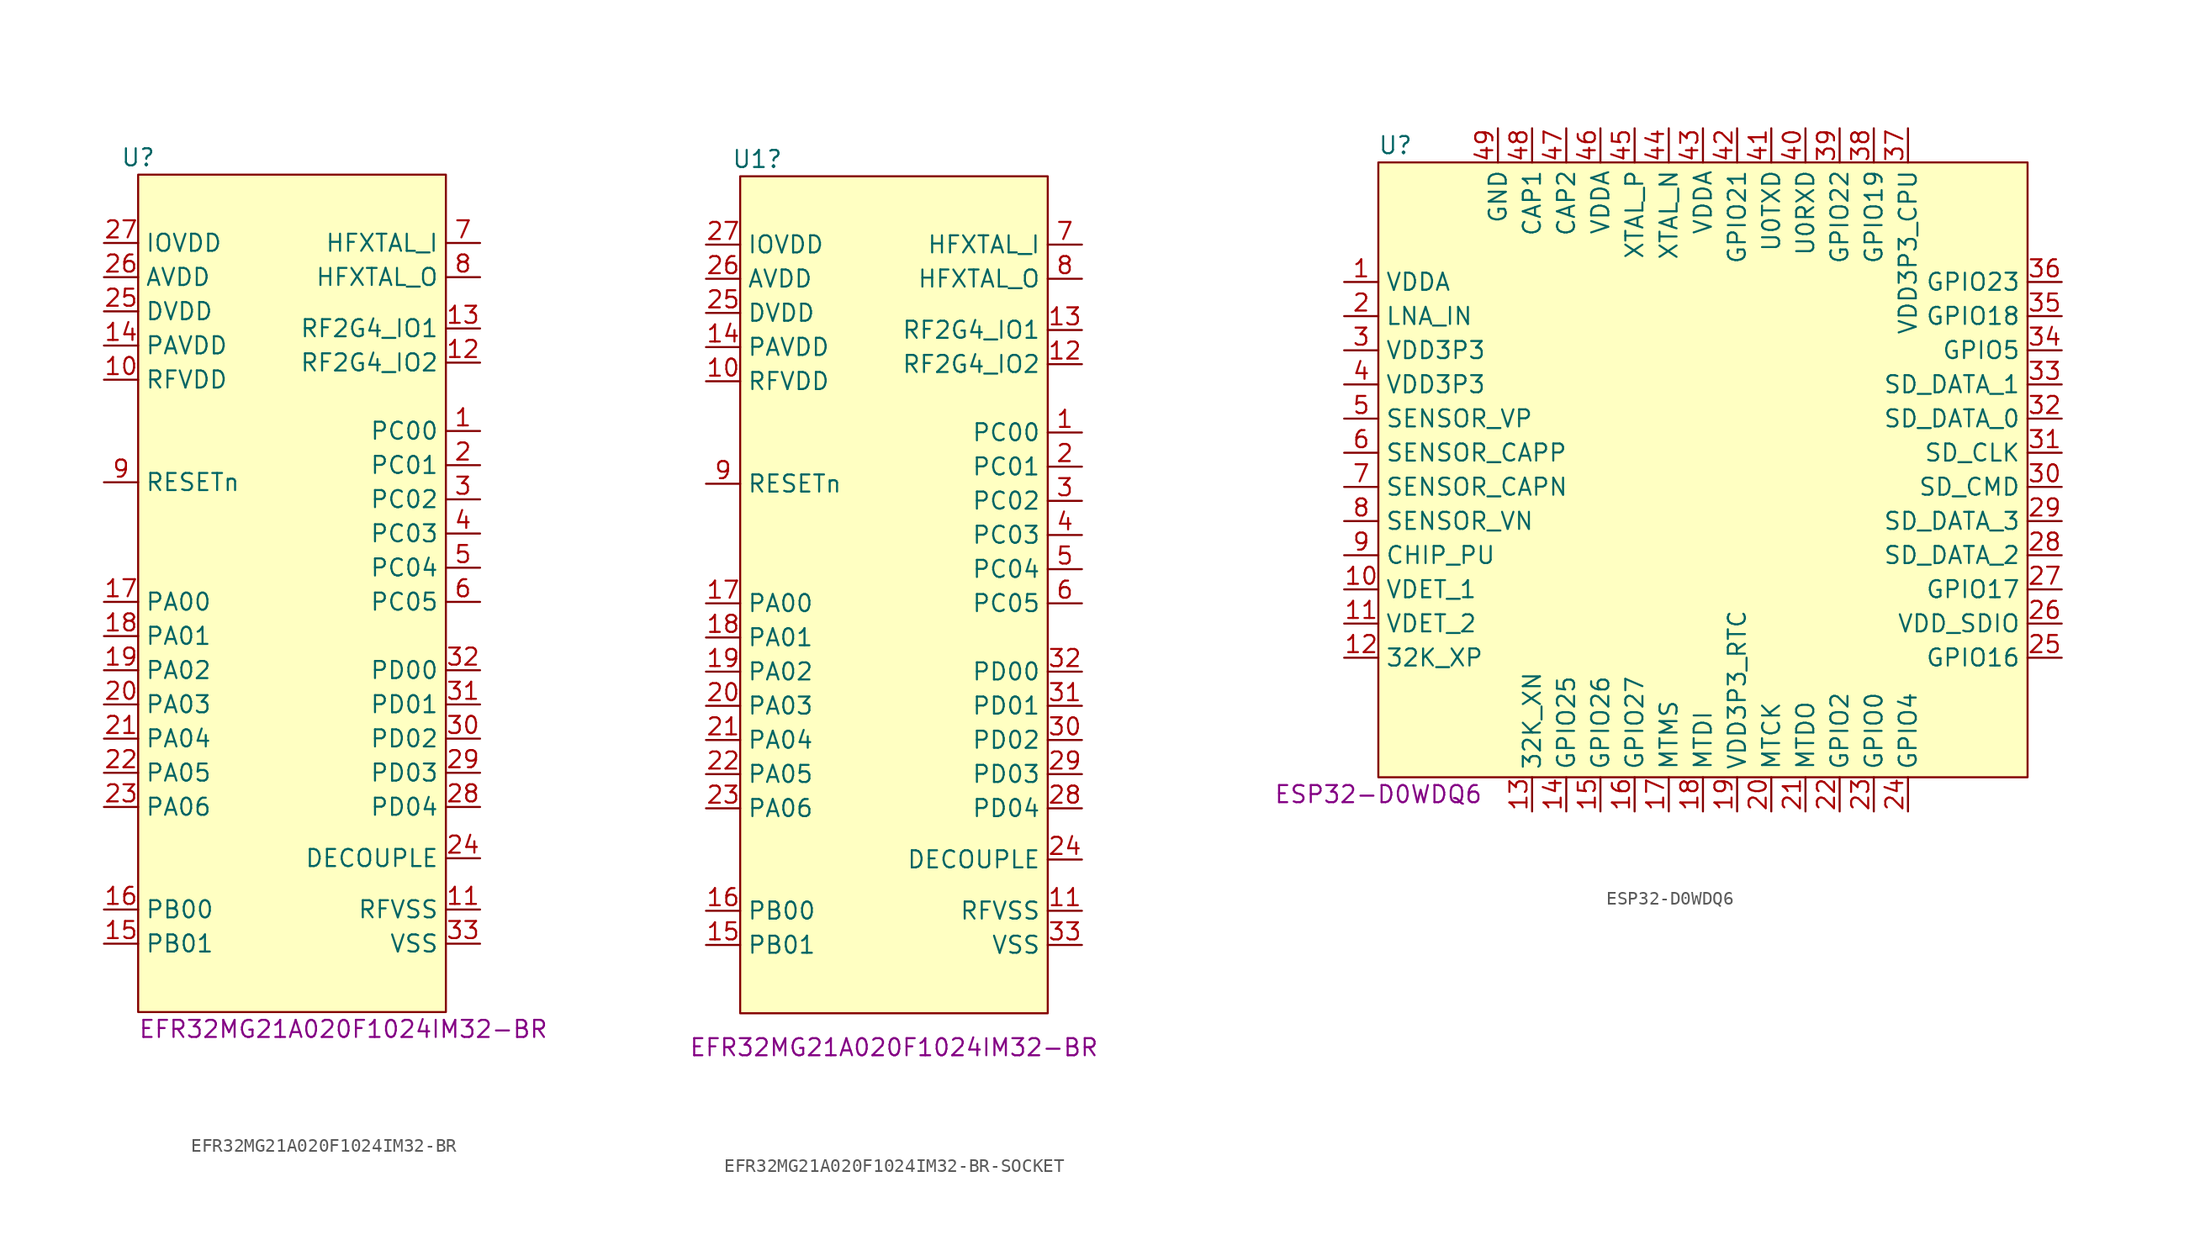
<source format=kicad_sym>
(kicad_symbol_lib
  (version 20231120)
  (generator "kicad_symbol_editor")
  (generator_version "8.0")
  (symbol "EFR32MG21A020F1024IM32-BR"
    (property "Reference" "U"
      (at -11.43 6.35 0)
      (effects (font (size 1.27 1.27))))
    (property "Display Value" "EFR32MG21A020F1024IM32-BR"
      (at 3.81 -58.42 0)
      (effects (font (size 1.27 1.27))))
    (symbol "EFR32MG21A020F1024IM32-BR_1_1"
      (rectangle (start -11.43 5.08) (end 11.43 -57.15) (stroke (width 0) (type default)) (fill (type background)))
      (pin unspecified line (at 13.97 -13.97 180) (length 2.54) (name "PC00" (effects (font (size 1.27 1.27)))) (number "1" (effects (font (size 1.27 1.27)))))
      (pin unspecified line (at -13.97 -10.16 0) (length 2.54) (name "RFVDD" (effects (font (size 1.27 1.27)))) (number "10" (effects (font (size 1.27 1.27)))))
      (pin unspecified line (at 13.97 -49.53 180) (length 2.54) (name "RFVSS" (effects (font (size 1.27 1.27)))) (number "11" (effects (font (size 1.27 1.27)))))
      (pin unspecified line (at 13.97 -8.89 180) (length 2.54) (name "RF2G4_IO2" (effects (font (size 1.27 1.27)))) (number "12" (effects (font (size 1.27 1.27)))))
      (pin unspecified line (at 13.97 -6.35 180) (length 2.54) (name "RF2G4_IO1" (effects (font (size 1.27 1.27)))) (number "13" (effects (font (size 1.27 1.27)))))
      (pin unspecified line (at -13.97 -7.62 0) (length 2.54) (name "PAVDD" (effects (font (size 1.27 1.27)))) (number "14" (effects (font (size 1.27 1.27)))))
      (pin unspecified line (at -13.97 -52.07 0) (length 2.54) (name "PB01" (effects (font (size 1.27 1.27)))) (number "15" (effects (font (size 1.27 1.27)))))
      (pin unspecified line (at -13.97 -49.53 0) (length 2.54) (name "PB00" (effects (font (size 1.27 1.27)))) (number "16" (effects (font (size 1.27 1.27)))))
      (pin unspecified line (at -13.97 -26.67 0) (length 2.54) (name "PA00" (effects (font (size 1.27 1.27)))) (number "17" (effects (font (size 1.27 1.27)))))
      (pin unspecified line (at -13.97 -29.21 0) (length 2.54) (name "PA01" (effects (font (size 1.27 1.27)))) (number "18" (effects (font (size 1.27 1.27)))))
      (pin unspecified line (at -13.97 -31.75 0) (length 2.54) (name "PA02" (effects (font (size 1.27 1.27)))) (number "19" (effects (font (size 1.27 1.27)))))
      (pin unspecified line (at 13.97 -16.51 180) (length 2.54) (name "PC01" (effects (font (size 1.27 1.27)))) (number "2" (effects (font (size 1.27 1.27)))))
      (pin unspecified line (at -13.97 -34.29 0) (length 2.54) (name "PA03" (effects (font (size 1.27 1.27)))) (number "20" (effects (font (size 1.27 1.27)))))
      (pin unspecified line (at -13.97 -36.83 0) (length 2.54) (name "PA04" (effects (font (size 1.27 1.27)))) (number "21" (effects (font (size 1.27 1.27)))))
      (pin unspecified line (at -13.97 -39.37 0) (length 2.54) (name "PA05" (effects (font (size 1.27 1.27)))) (number "22" (effects (font (size 1.27 1.27)))))
      (pin unspecified line (at -13.97 -41.91 0) (length 2.54) (name "PA06" (effects (font (size 1.27 1.27)))) (number "23" (effects (font (size 1.27 1.27)))))
      (pin unspecified line (at 13.97 -45.72 180) (length 2.54) (name "DECOUPLE" (effects (font (size 1.27 1.27)))) (number "24" (effects (font (size 1.27 1.27)))))
      (pin unspecified line (at -13.97 -5.08 0) (length 2.54) (name "DVDD" (effects (font (size 1.27 1.27)))) (number "25" (effects (font (size 1.27 1.27)))))
      (pin unspecified line (at -13.97 -2.54 0) (length 2.54) (name "AVDD" (effects (font (size 1.27 1.27)))) (number "26" (effects (font (size 1.27 1.27)))))
      (pin unspecified line (at -13.97 0 0) (length 2.54) (name "IOVDD" (effects (font (size 1.27 1.27)))) (number "27" (effects (font (size 1.27 1.27)))))
      (pin unspecified line (at 13.97 -41.91 180) (length 2.54) (name "PD04" (effects (font (size 1.27 1.27)))) (number "28" (effects (font (size 1.27 1.27)))))
      (pin unspecified line (at 13.97 -39.37 180) (length 2.54) (name "PD03" (effects (font (size 1.27 1.27)))) (number "29" (effects (font (size 1.27 1.27)))))
      (pin unspecified line (at 13.97 -19.05 180) (length 2.54) (name "PC02" (effects (font (size 1.27 1.27)))) (number "3" (effects (font (size 1.27 1.27)))))
      (pin unspecified line (at 13.97 -36.83 180) (length 2.54) (name "PD02" (effects (font (size 1.27 1.27)))) (number "30" (effects (font (size 1.27 1.27)))))
      (pin unspecified line (at 13.97 -34.29 180) (length 2.54) (name "PD01" (effects (font (size 1.27 1.27)))) (number "31" (effects (font (size 1.27 1.27)))))
      (pin unspecified line (at 13.97 -31.75 180) (length 2.54) (name "PD00" (effects (font (size 1.27 1.27)))) (number "32" (effects (font (size 1.27 1.27)))))
      (pin unspecified line (at 13.97 -52.07 180) (length 2.54) (name "VSS" (effects (font (size 1.27 1.27)))) (number "33" (effects (font (size 1.27 1.27)))))
      (pin unspecified line (at 13.97 -21.59 180) (length 2.54) (name "PC03" (effects (font (size 1.27 1.27)))) (number "4" (effects (font (size 1.27 1.27)))))
      (pin unspecified line (at 13.97 -24.13 180) (length 2.54) (name "PC04" (effects (font (size 1.27 1.27)))) (number "5" (effects (font (size 1.27 1.27)))))
      (pin unspecified line (at 13.97 -26.67 180) (length 2.54) (name "PC05" (effects (font (size 1.27 1.27)))) (number "6" (effects (font (size 1.27 1.27)))))
      (pin unspecified line (at 13.97 0 180) (length 2.54) (name "HFXTAL_I" (effects (font (size 1.27 1.27)))) (number "7" (effects (font (size 1.27 1.27)))))
      (pin unspecified line (at 13.97 -2.54 180) (length 2.54) (name "HFXTAL_O" (effects (font (size 1.27 1.27)))) (number "8" (effects (font (size 1.27 1.27)))))
      (pin unspecified line (at -13.97 -17.78 0) (length 2.54) (name "RESETn" (effects (font (size 1.27 1.27)))) (number "9" (effects (font (size 1.27 1.27)))))))
  (symbol "EFR32MG21A020F1024IM32-BR-SOCKET"
    (property "Reference" "U1"
      (at -10.16 5.08 0)
      (effects (font (size 1.27 1.27))))
    (property "Display Value" "EFR32MG21A020F1024IM32-BR"
      (at 0 -60.96 0)
      (effects (font (size 1.27 1.27))))
    (symbol "EFR32MG21A020F1024IM32-BR-SOCKET_1_1"
      (rectangle (start -11.43 3.81) (end 11.43 -58.42) (stroke (width 0) (type default)) (fill (type background)))
      (pin unspecified line (at 13.97 -15.24 180) (length 2.54) (name "PC00" (effects (font (size 1.27 1.27)))) (number "1" (effects (font (size 1.27 1.27)))))
      (pin unspecified line (at -13.97 -11.43 0) (length 2.54) (name "RFVDD" (effects (font (size 1.27 1.27)))) (number "10" (effects (font (size 1.27 1.27)))))
      (pin unspecified line (at 13.97 -50.8 180) (length 2.54) (name "RFVSS" (effects (font (size 1.27 1.27)))) (number "11" (effects (font (size 1.27 1.27)))))
      (pin unspecified line (at 13.97 -10.16 180) (length 2.54) (name "RF2G4_IO2" (effects (font (size 1.27 1.27)))) (number "12" (effects (font (size 1.27 1.27)))))
      (pin unspecified line (at 13.97 -7.62 180) (length 2.54) (name "RF2G4_IO1" (effects (font (size 1.27 1.27)))) (number "13" (effects (font (size 1.27 1.27)))))
      (pin unspecified line (at -13.97 -8.89 0) (length 2.54) (name "PAVDD" (effects (font (size 1.27 1.27)))) (number "14" (effects (font (size 1.27 1.27)))))
      (pin unspecified line (at -13.97 -53.34 0) (length 2.54) (name "PB01" (effects (font (size 1.27 1.27)))) (number "15" (effects (font (size 1.27 1.27)))))
      (pin unspecified line (at -13.97 -50.8 0) (length 2.54) (name "PB00" (effects (font (size 1.27 1.27)))) (number "16" (effects (font (size 1.27 1.27)))))
      (pin unspecified line (at -13.97 -27.94 0) (length 2.54) (name "PA00" (effects (font (size 1.27 1.27)))) (number "17" (effects (font (size 1.27 1.27)))))
      (pin unspecified line (at -13.97 -30.48 0) (length 2.54) (name "PA01" (effects (font (size 1.27 1.27)))) (number "18" (effects (font (size 1.27 1.27)))))
      (pin unspecified line (at -13.97 -33.02 0) (length 2.54) (name "PA02" (effects (font (size 1.27 1.27)))) (number "19" (effects (font (size 1.27 1.27)))))
      (pin unspecified line (at 13.97 -17.78 180) (length 2.54) (name "PC01" (effects (font (size 1.27 1.27)))) (number "2" (effects (font (size 1.27 1.27)))))
      (pin unspecified line (at -13.97 -35.56 0) (length 2.54) (name "PA03" (effects (font (size 1.27 1.27)))) (number "20" (effects (font (size 1.27 1.27)))))
      (pin unspecified line (at -13.97 -38.1 0) (length 2.54) (name "PA04" (effects (font (size 1.27 1.27)))) (number "21" (effects (font (size 1.27 1.27)))))
      (pin unspecified line (at -13.97 -40.64 0) (length 2.54) (name "PA05" (effects (font (size 1.27 1.27)))) (number "22" (effects (font (size 1.27 1.27)))))
      (pin unspecified line (at -13.97 -43.18 0) (length 2.54) (name "PA06" (effects (font (size 1.27 1.27)))) (number "23" (effects (font (size 1.27 1.27)))))
      (pin unspecified line (at 13.97 -46.99 180) (length 2.54) (name "DECOUPLE" (effects (font (size 1.27 1.27)))) (number "24" (effects (font (size 1.27 1.27)))))
      (pin unspecified line (at -13.97 -6.35 0) (length 2.54) (name "DVDD" (effects (font (size 1.27 1.27)))) (number "25" (effects (font (size 1.27 1.27)))))
      (pin unspecified line (at -13.97 -3.81 0) (length 2.54) (name "AVDD" (effects (font (size 1.27 1.27)))) (number "26" (effects (font (size 1.27 1.27)))))
      (pin unspecified line (at -13.97 -1.27 0) (length 2.54) (name "IOVDD" (effects (font (size 1.27 1.27)))) (number "27" (effects (font (size 1.27 1.27)))))
      (pin unspecified line (at 13.97 -43.18 180) (length 2.54) (name "PD04" (effects (font (size 1.27 1.27)))) (number "28" (effects (font (size 1.27 1.27)))))
      (pin unspecified line (at 13.97 -40.64 180) (length 2.54) (name "PD03" (effects (font (size 1.27 1.27)))) (number "29" (effects (font (size 1.27 1.27)))))
      (pin unspecified line (at 13.97 -20.32 180) (length 2.54) (name "PC02" (effects (font (size 1.27 1.27)))) (number "3" (effects (font (size 1.27 1.27)))))
      (pin unspecified line (at 13.97 -38.1 180) (length 2.54) (name "PD02" (effects (font (size 1.27 1.27)))) (number "30" (effects (font (size 1.27 1.27)))))
      (pin unspecified line (at 13.97 -35.56 180) (length 2.54) (name "PD01" (effects (font (size 1.27 1.27)))) (number "31" (effects (font (size 1.27 1.27)))))
      (pin unspecified line (at 13.97 -33.02 180) (length 2.54) (name "PD00" (effects (font (size 1.27 1.27)))) (number "32" (effects (font (size 1.27 1.27)))))
      (pin unspecified line (at 13.97 -53.34 180) (length 2.54) (name "VSS" (effects (font (size 1.27 1.27)))) (number "33" (effects (font (size 1.27 1.27)))))
      (pin unspecified line (at 13.97 -22.86 180) (length 2.54) (name "PC03" (effects (font (size 1.27 1.27)))) (number "4" (effects (font (size 1.27 1.27)))))
      (pin unspecified line (at 13.97 -25.4 180) (length 2.54) (name "PC04" (effects (font (size 1.27 1.27)))) (number "5" (effects (font (size 1.27 1.27)))))
      (pin unspecified line (at 13.97 -27.94 180) (length 2.54) (name "PC05" (effects (font (size 1.27 1.27)))) (number "6" (effects (font (size 1.27 1.27)))))
      (pin unspecified line (at 13.97 -1.27 180) (length 2.54) (name "HFXTAL_I" (effects (font (size 1.27 1.27)))) (number "7" (effects (font (size 1.27 1.27)))))
      (pin unspecified line (at 13.97 -3.81 180) (length 2.54) (name "HFXTAL_O" (effects (font (size 1.27 1.27)))) (number "8" (effects (font (size 1.27 1.27)))))
      (pin unspecified line (at -13.97 -19.05 0) (length 2.54) (name "RESETn" (effects (font (size 1.27 1.27)))) (number "9" (effects (font (size 1.27 1.27)))))))
  (symbol "ESP32-D0WDQ6"
    (property "Reference" "U"
      (at -24.13 24.13 0)
      (effects (font (size 1.27 1.27))))
    (property "Display Value" "ESP32-D0WDQ6"
      (at -25.4 -24.13 0)
      (effects (font (size 1.27 1.27))))
    (symbol "ESP32-D0WDQ6_1_1"
      (rectangle (start -25.4 22.86) (end 22.86 -22.86) (stroke (width 0) (type default)) (fill (type background)))
      (pin unspecified line (at -27.94 13.97 0) (length 2.54) (name "VDDA" (effects (font (size 1.27 1.27)))) (number "1" (effects (font (size 1.27 1.27)))))
      (pin unspecified line (at -27.94 -8.89 0) (length 2.54) (name "VDET_1" (effects (font (size 1.27 1.27)))) (number "10" (effects (font (size 1.27 1.27)))))
      (pin unspecified line (at -27.94 -11.43 0) (length 2.54) (name "VDET_2" (effects (font (size 1.27 1.27)))) (number "11" (effects (font (size 1.27 1.27)))))
      (pin unspecified line (at -27.94 -13.97 0) (length 2.54) (name "32K_XP" (effects (font (size 1.27 1.27)))) (number "12" (effects (font (size 1.27 1.27)))))
      (pin unspecified line (at -13.97 -25.4 90) (length 2.54) (name "32K_XN" (effects (font (size 1.27 1.27)))) (number "13" (effects (font (size 1.27 1.27)))))
      (pin unspecified line (at -11.43 -25.4 90) (length 2.54) (name "GPIO25" (effects (font (size 1.27 1.27)))) (number "14" (effects (font (size 1.27 1.27)))))
      (pin unspecified line (at -8.89 -25.4 90) (length 2.54) (name "GPIO26" (effects (font (size 1.27 1.27)))) (number "15" (effects (font (size 1.27 1.27)))))
      (pin unspecified line (at -6.35 -25.4 90) (length 2.54) (name "GPIO27" (effects (font (size 1.27 1.27)))) (number "16" (effects (font (size 1.27 1.27)))))
      (pin unspecified line (at -3.81 -25.4 90) (length 2.54) (name "MTMS" (effects (font (size 1.27 1.27)))) (number "17" (effects (font (size 1.27 1.27)))))
      (pin unspecified line (at -1.27 -25.4 90) (length 2.54) (name "MTDI" (effects (font (size 1.27 1.27)))) (number "18" (effects (font (size 1.27 1.27)))))
      (pin unspecified line (at 1.27 -25.4 90) (length 2.54) (name "VDD3P3_RTC" (effects (font (size 1.27 1.27)))) (number "19" (effects (font (size 1.27 1.27)))))
      (pin unspecified line (at -27.94 11.43 0) (length 2.54) (name "LNA_IN" (effects (font (size 1.27 1.27)))) (number "2" (effects (font (size 1.27 1.27)))))
      (pin unspecified line (at 3.81 -25.4 90) (length 2.54) (name "MTCK" (effects (font (size 1.27 1.27)))) (number "20" (effects (font (size 1.27 1.27)))))
      (pin unspecified line (at 6.35 -25.4 90) (length 2.54) (name "MTDO" (effects (font (size 1.27 1.27)))) (number "21" (effects (font (size 1.27 1.27)))))
      (pin unspecified line (at 8.89 -25.4 90) (length 2.54) (name "GPIO2" (effects (font (size 1.27 1.27)))) (number "22" (effects (font (size 1.27 1.27)))))
      (pin unspecified line (at 11.43 -25.4 90) (length 2.54) (name "GPIO0" (effects (font (size 1.27 1.27)))) (number "23" (effects (font (size 1.27 1.27)))))
      (pin unspecified line (at 13.97 -25.4 90) (length 2.54) (name "GPIO4" (effects (font (size 1.27 1.27)))) (number "24" (effects (font (size 1.27 1.27)))))
      (pin unspecified line (at 25.4 -13.97 180) (length 2.54) (name "GPIO16" (effects (font (size 1.27 1.27)))) (number "25" (effects (font (size 1.27 1.27)))))
      (pin unspecified line (at 25.4 -11.43 180) (length 2.54) (name "VDD_SDIO" (effects (font (size 1.27 1.27)))) (number "26" (effects (font (size 1.27 1.27)))))
      (pin unspecified line (at 25.4 -8.89 180) (length 2.54) (name "GPIO17" (effects (font (size 1.27 1.27)))) (number "27" (effects (font (size 1.27 1.27)))))
      (pin unspecified line (at 25.4 -6.35 180) (length 2.54) (name "SD_DATA_2" (effects (font (size 1.27 1.27)))) (number "28" (effects (font (size 1.27 1.27)))))
      (pin unspecified line (at 25.4 -3.81 180) (length 2.54) (name "SD_DATA_3" (effects (font (size 1.27 1.27)))) (number "29" (effects (font (size 1.27 1.27)))))
      (pin unspecified line (at -27.94 8.89 0) (length 2.54) (name "VDD3P3" (effects (font (size 1.27 1.27)))) (number "3" (effects (font (size 1.27 1.27)))))
      (pin unspecified line (at 25.4 -1.27 180) (length 2.54) (name "SD_CMD" (effects (font (size 1.27 1.27)))) (number "30" (effects (font (size 1.27 1.27)))))
      (pin unspecified line (at 25.4 1.27 180) (length 2.54) (name "SD_CLK" (effects (font (size 1.27 1.27)))) (number "31" (effects (font (size 1.27 1.27)))))
      (pin unspecified line (at 25.4 3.81 180) (length 2.54) (name "SD_DATA_0" (effects (font (size 1.27 1.27)))) (number "32" (effects (font (size 1.27 1.27)))))
      (pin unspecified line (at 25.4 6.35 180) (length 2.54) (name "SD_DATA_1" (effects (font (size 1.27 1.27)))) (number "33" (effects (font (size 1.27 1.27)))))
      (pin unspecified line (at 25.4 8.89 180) (length 2.54) (name "GPIO5" (effects (font (size 1.27 1.27)))) (number "34" (effects (font (size 1.27 1.27)))))
      (pin unspecified line (at 25.4 11.43 180) (length 2.54) (name "GPIO18" (effects (font (size 1.27 1.27)))) (number "35" (effects (font (size 1.27 1.27)))))
      (pin unspecified line (at 25.4 13.97 180) (length 2.54) (name "GPIO23" (effects (font (size 1.27 1.27)))) (number "36" (effects (font (size 1.27 1.27)))))
      (pin unspecified line (at 13.97 25.4 270) (length 2.54) (name "VDD3P3_CPU" (effects (font (size 1.27 1.27)))) (number "37" (effects (font (size 1.27 1.27)))))
      (pin unspecified line (at 11.43 25.4 270) (length 2.54) (name "GPIO19" (effects (font (size 1.27 1.27)))) (number "38" (effects (font (size 1.27 1.27)))))
      (pin unspecified line (at 8.89 25.4 270) (length 2.54) (name "GPIO22" (effects (font (size 1.27 1.27)))) (number "39" (effects (font (size 1.27 1.27)))))
      (pin unspecified line (at -27.94 6.35 0) (length 2.54) (name "VDD3P3" (effects (font (size 1.27 1.27)))) (number "4" (effects (font (size 1.27 1.27)))))
      (pin unspecified line (at 6.35 25.4 270) (length 2.54) (name "U0RXD" (effects (font (size 1.27 1.27)))) (number "40" (effects (font (size 1.27 1.27)))))
      (pin unspecified line (at 3.81 25.4 270) (length 2.54) (name "U0TXD" (effects (font (size 1.27 1.27)))) (number "41" (effects (font (size 1.27 1.27)))))
      (pin unspecified line (at 1.27 25.4 270) (length 2.54) (name "GPIO21" (effects (font (size 1.27 1.27)))) (number "42" (effects (font (size 1.27 1.27)))))
      (pin unspecified line (at -1.27 25.4 270) (length 2.54) (name "VDDA" (effects (font (size 1.27 1.27)))) (number "43" (effects (font (size 1.27 1.27)))))
      (pin unspecified line (at -3.81 25.4 270) (length 2.54) (name "XTAL_N" (effects (font (size 1.27 1.27)))) (number "44" (effects (font (size 1.27 1.27)))))
      (pin unspecified line (at -6.35 25.4 270) (length 2.54) (name "XTAL_P" (effects (font (size 1.27 1.27)))) (number "45" (effects (font (size 1.27 1.27)))))
      (pin unspecified line (at -8.89 25.4 270) (length 2.54) (name "VDDA" (effects (font (size 1.27 1.27)))) (number "46" (effects (font (size 1.27 1.27)))))
      (pin unspecified line (at -11.43 25.4 270) (length 2.54) (name "CAP2" (effects (font (size 1.27 1.27)))) (number "47" (effects (font (size 1.27 1.27)))))
      (pin unspecified line (at -13.97 25.4 270) (length 2.54) (name "CAP1" (effects (font (size 1.27 1.27)))) (number "48" (effects (font (size 1.27 1.27)))))
      (pin unspecified line (at -16.51 25.4 270) (length 2.54) (name "GND" (effects (font (size 1.27 1.27)))) (number "49" (effects (font (size 1.27 1.27)))))
      (pin unspecified line (at -27.94 3.81 0) (length 2.54) (name "SENSOR_VP" (effects (font (size 1.27 1.27)))) (number "5" (effects (font (size 1.27 1.27)))))
      (pin unspecified line (at -27.94 1.27 0) (length 2.54) (name "SENSOR_CAPP" (effects (font (size 1.27 1.27)))) (number "6" (effects (font (size 1.27 1.27)))))
      (pin unspecified line (at -27.94 -1.27 0) (length 2.54) (name "SENSOR_CAPN" (effects (font (size 1.27 1.27)))) (number "7" (effects (font (size 1.27 1.27)))))
      (pin unspecified line (at -27.94 -3.81 0) (length 2.54) (name "SENSOR_VN" (effects (font (size 1.27 1.27)))) (number "8" (effects (font (size 1.27 1.27)))))
      (pin unspecified line (at -27.94 -6.35 0) (length 2.54) (name "CHIP_PU" (effects (font (size 1.27 1.27)))) (number "9" (effects (font (size 1.27 1.27))))))))
</source>
